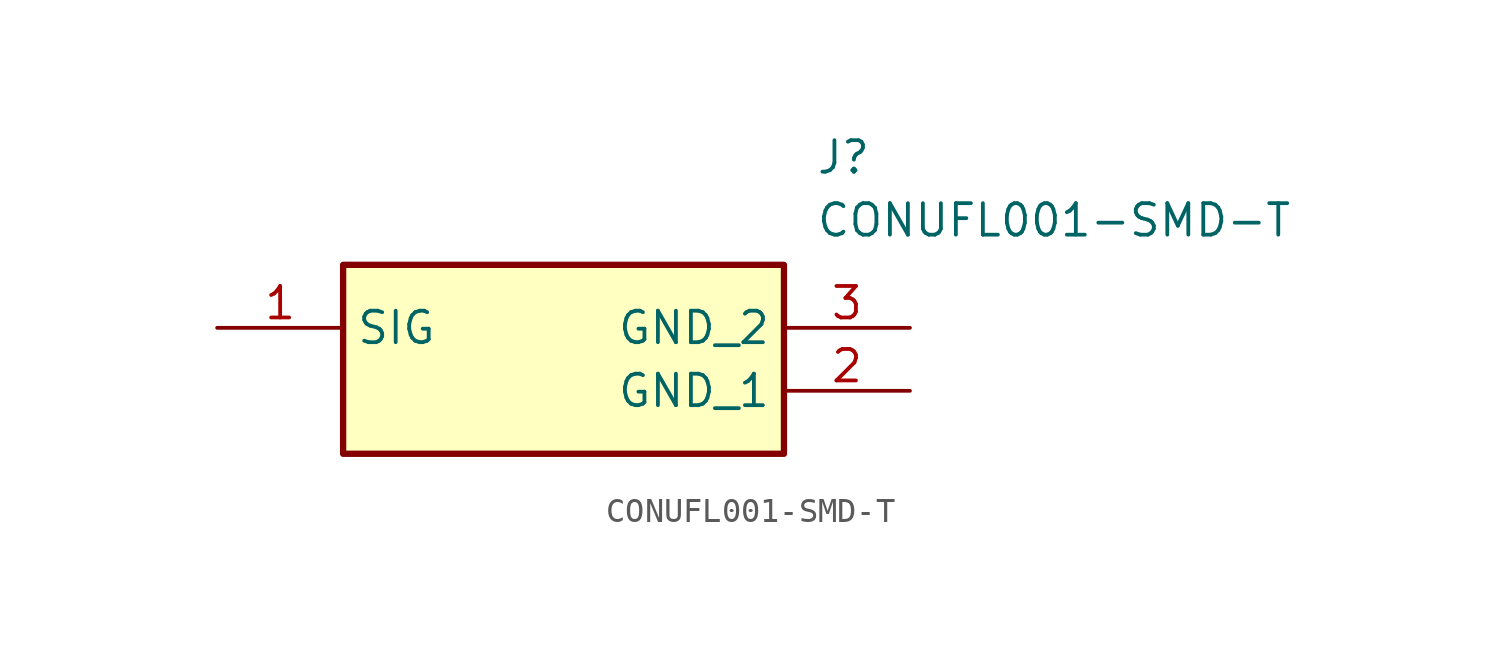
<source format=kicad_sym>
(kicad_symbol_lib
  (version 20211014)
  (generator SamacSys_ECAD_Model)
  (symbol "CONUFL001-SMD-T"
    (property "Reference" "J"
      (at 24.13 7.62 0)
      (effects (font (size 1.27 1.27)) (justify left top)))
    (property "Value" "CONUFL001-SMD-T"
      (at 24.13 5.08 0)
      (effects (font (size 1.27 1.27)) (justify left top)))
    (rectangle
      (start 5.08 2.54)
      (end 22.86 -5.08)
      (stroke (width 0.254) (type default))
      (fill (type background)))
    (pin passive line
      (at 0 0 0)
      (length 5.08)
      (name "SIG" (effects (font (size 1.27 1.27))))
      (number "1" (effects (font (size 1.27 1.27)))))
    (pin passive line
      (at 27.94 -2.54 180)
      (length 5.08)
      (name "GND_1" (effects (font (size 1.27 1.27))))
      (number "2" (effects (font (size 1.27 1.27)))))
    (pin passive line
      (at 27.94 0 180)
      (length 5.08)
      (name "GND_2" (effects (font (size 1.27 1.27))))
      (number "3" (effects (font (size 1.27 1.27)))))))
</source>
